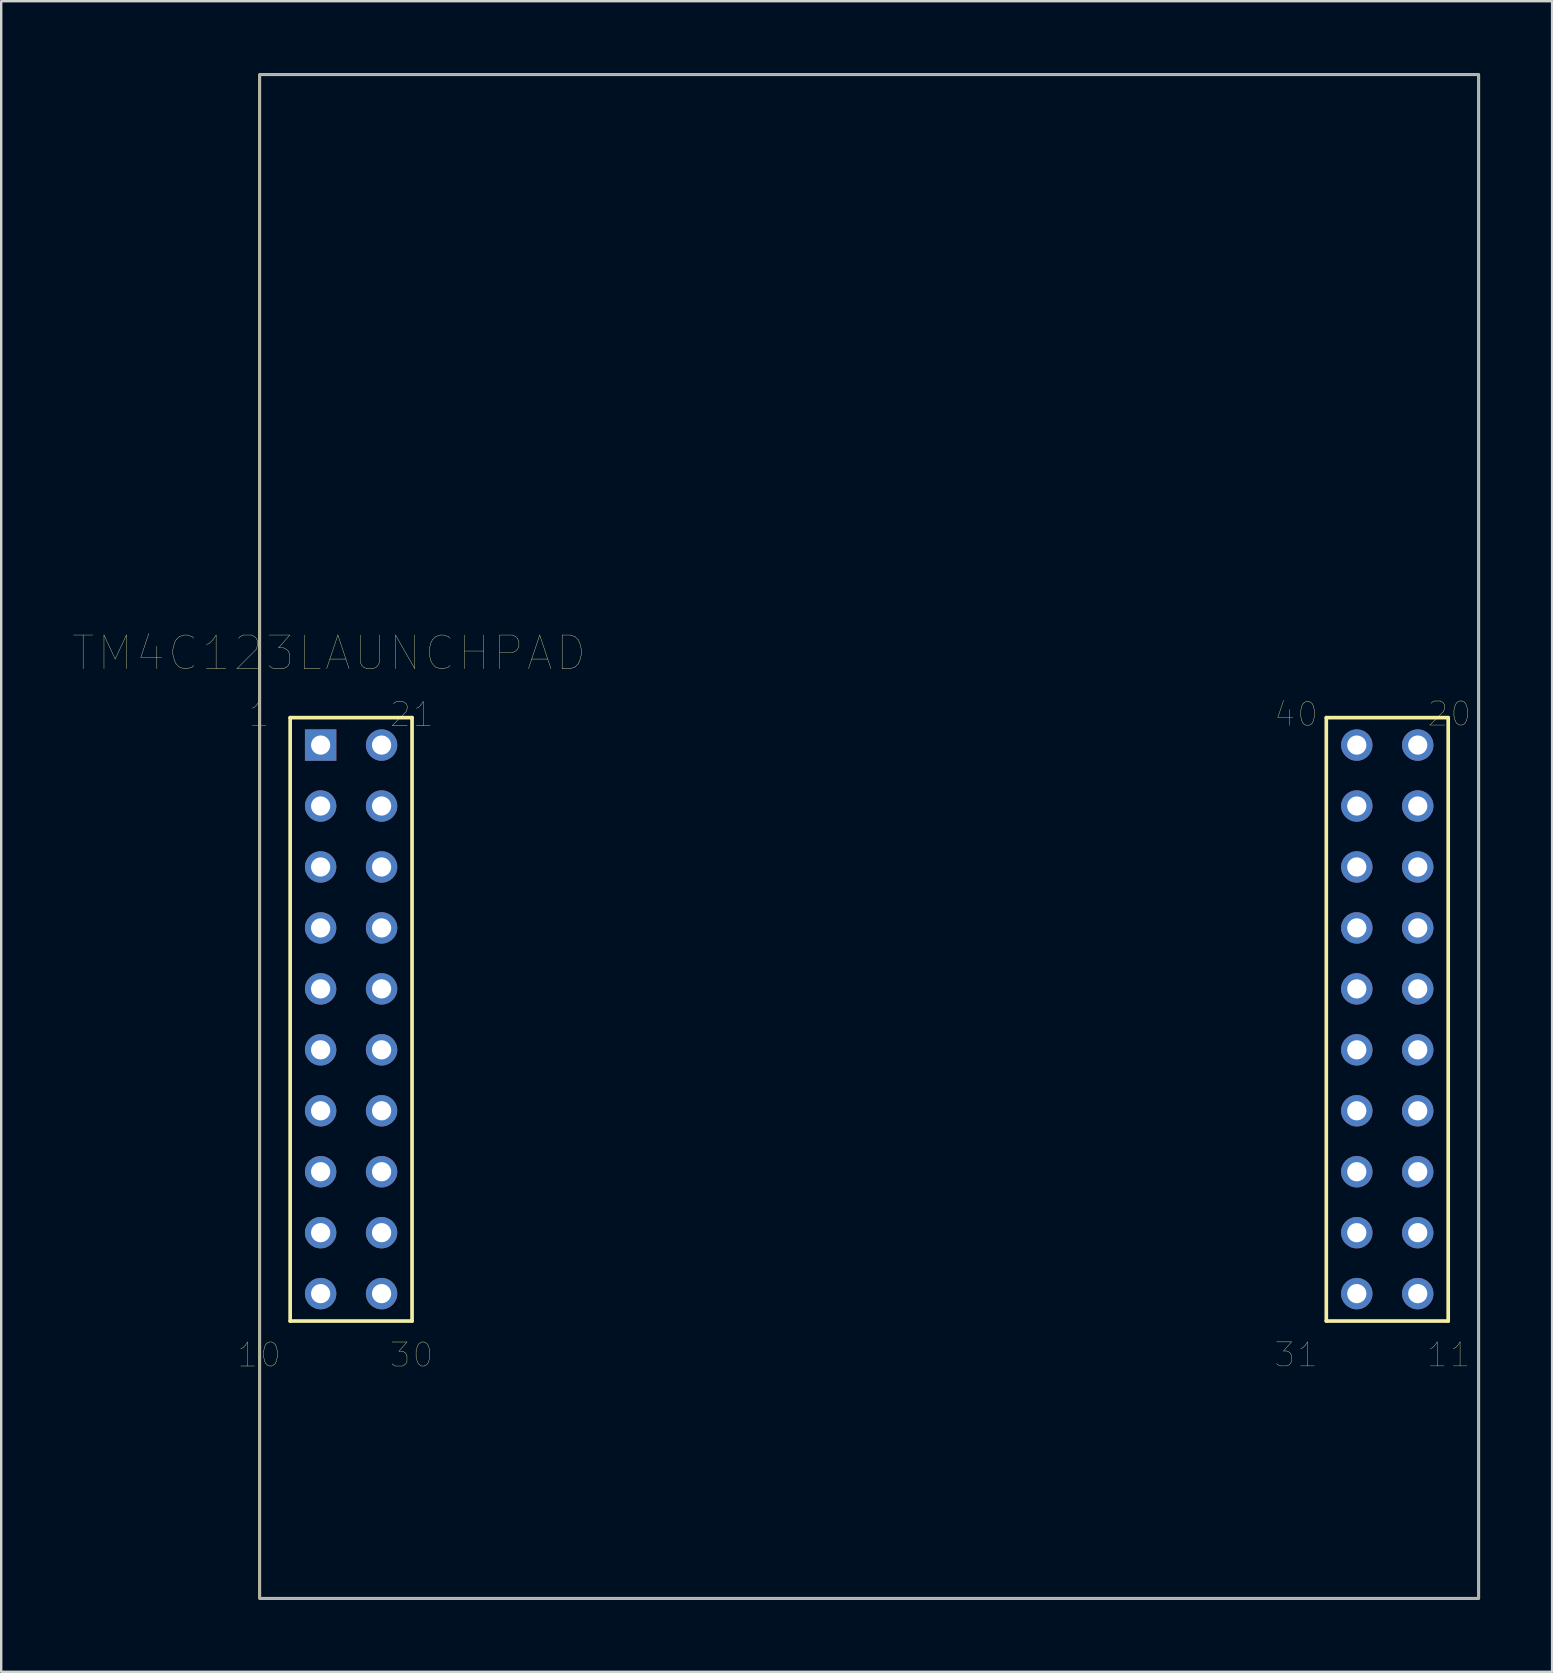
<source format=kicad_pcb>
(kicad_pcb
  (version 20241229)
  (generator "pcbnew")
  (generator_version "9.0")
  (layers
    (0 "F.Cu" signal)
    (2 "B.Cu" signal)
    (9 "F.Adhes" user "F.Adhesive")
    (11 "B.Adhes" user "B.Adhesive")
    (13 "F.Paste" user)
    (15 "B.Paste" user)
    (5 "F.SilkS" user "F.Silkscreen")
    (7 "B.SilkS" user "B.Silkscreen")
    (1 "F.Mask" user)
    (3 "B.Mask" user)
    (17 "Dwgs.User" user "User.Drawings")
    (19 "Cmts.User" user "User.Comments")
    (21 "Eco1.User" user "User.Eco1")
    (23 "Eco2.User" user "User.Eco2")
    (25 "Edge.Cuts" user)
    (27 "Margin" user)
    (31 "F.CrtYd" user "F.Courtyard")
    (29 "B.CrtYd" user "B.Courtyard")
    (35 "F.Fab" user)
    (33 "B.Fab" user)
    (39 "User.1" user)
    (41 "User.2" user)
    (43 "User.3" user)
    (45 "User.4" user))
  (footprint "TM4C123LAUNCHPAD"
    (layer "F.Cu")
    (at 33.172 40.7)
    (property "Reference" "TM4C123LAUNCHPAD" (at -22.509 -16.532 0) (layer "F.SilkS") (effects (font (size 1.402 1.402) (thickness 0.015))))
    (attr through_hole)
    (fp_line (start -24.13 -13.843) (end -19.05 -13.843) (stroke (width 0.152) (type solid)) (layer "F.SilkS"))
    (fp_line (start -24.13 11.303) (end -24.13 -13.843) (stroke (width 0.152) (type solid)) (layer "F.SilkS"))
    (fp_line (start -24.13 11.303) (end -19.05 11.303) (stroke (width 0.152) (type solid)) (layer "F.SilkS"))
    (fp_line (start -19.05 11.303) (end -19.05 -13.843) (stroke (width 0.152) (type solid)) (layer "F.SilkS"))
    (fp_line (start 19.05 -13.843) (end 24.13 -13.843) (stroke (width 0.152) (type solid)) (layer "F.SilkS"))
    (fp_line (start 19.05 11.303) (end 19.05 -13.843) (stroke (width 0.152) (type solid)) (layer "F.SilkS"))
    (fp_line (start 19.05 11.303) (end 24.13 11.303) (stroke (width 0.152) (type solid)) (layer "F.SilkS"))
    (fp_line (start 24.13 11.303) (end 24.13 -13.843) (stroke (width 0.152) (type solid)) (layer "F.SilkS"))
    (fp_rect (start -25.4 -40.64) (end 25.4 22.86) (stroke (width 0.12) (type solid)) (fill no) (layer "F.SilkS"))
    (fp_rect (start -25.4 -40.64) (end 25.4 22.86) (stroke (width 0.1) (type solid)) (fill no) (layer "F.Fab"))
    (fp_text user "20" (at 24.178 -13.998 0) (layer "F.SilkS") (effects (font (size 1.002 1.002) (thickness 0.015))))
    (fp_text user "40" (at 17.794 -13.981 0) (layer "F.SilkS") (effects (font (size 1.001 1.001) (thickness 0.015))))
    (fp_text user "10" (at -25.427 12.714 0) (layer "F.SilkS") (effects (font (size 1.001 1.001) (thickness 0.015))))
    (fp_text user "21" (at -19.062 -13.979 0) (layer "F.SilkS") (effects (font (size 1.001 1.001) (thickness 0.015))))
    (fp_text user "30" (at -19.072 12.715 0) (layer "F.SilkS") (effects (font (size 1.001 1.001) (thickness 0.015))))
    (fp_text user "31" (at 17.792 12.709 0) (layer "F.SilkS") (effects (font (size 1.001 1.001) (thickness 0.015))))
    (fp_text user "1" (at -25.423 -13.983 0) (layer "F.SilkS") (effects (font (size 1.001 1.001) (thickness 0.015))))
    (fp_text user "11" (at 24.148 12.709 0) (layer "F.SilkS") (effects (font (size 1.001 1.001) (thickness 0.015))))
    (pad "1" thru_hole rect (at -22.86 -12.7) (size 1.308 1.308) (drill 0.8) (layers "*.Cu" "*.Mask"))
    (pad "2" thru_hole circle (at -22.86 -10.16) (size 1.308 1.308) (drill 0.8) (layers "*.Cu" "*.Mask"))
    (pad "3" thru_hole circle (at -22.86 -7.62) (size 1.308 1.308) (drill 0.8) (layers "*.Cu" "*.Mask"))
    (pad "4" thru_hole circle (at -22.86 -5.08) (size 1.308 1.308) (drill 0.8) (layers "*.Cu" "*.Mask"))
    (pad "5" thru_hole circle (at -22.86 -2.54) (size 1.308 1.308) (drill 0.8) (layers "*.Cu" "*.Mask"))
    (pad "6" thru_hole circle (at -22.86 0) (size 1.308 1.308) (drill 0.8) (layers "*.Cu" "*.Mask"))
    (pad "7" thru_hole circle (at -22.86 2.54) (size 1.308 1.308) (drill 0.8) (layers "*.Cu" "*.Mask"))
    (pad "8" thru_hole circle (at -22.86 5.08) (size 1.308 1.308) (drill 0.8) (layers "*.Cu" "*.Mask"))
    (pad "9" thru_hole circle (at -22.86 7.62) (size 1.308 1.308) (drill 0.8) (layers "*.Cu" "*.Mask"))
    (pad "10" thru_hole circle (at -22.86 10.16) (size 1.308 1.308) (drill 0.8) (layers "*.Cu" "*.Mask"))
    (pad "11" thru_hole circle (at 22.86 10.16) (size 1.308 1.308) (drill 0.8) (layers "*.Cu" "*.Mask"))
    (pad "12" thru_hole circle (at 22.86 7.62) (size 1.308 1.308) (drill 0.8) (layers "*.Cu" "*.Mask"))
    (pad "13" thru_hole circle (at 22.86 5.08) (size 1.308 1.308) (drill 0.8) (layers "*.Cu" "*.Mask"))
    (pad "14" thru_hole circle (at 22.86 2.54) (size 1.308 1.308) (drill 0.8) (layers "*.Cu" "*.Mask"))
    (pad "15" thru_hole circle (at 22.86 0) (size 1.308 1.308) (drill 0.8) (layers "*.Cu" "*.Mask"))
    (pad "16" thru_hole circle (at 22.86 -2.54) (size 1.308 1.308) (drill 0.8) (layers "*.Cu" "*.Mask"))
    (pad "17" thru_hole circle (at 22.86 -5.08) (size 1.308 1.308) (drill 0.8) (layers "*.Cu" "*.Mask"))
    (pad "18" thru_hole circle (at 22.86 -7.62) (size 1.308 1.308) (drill 0.8) (layers "*.Cu" "*.Mask"))
    (pad "19" thru_hole circle (at 22.86 -10.16) (size 1.308 1.308) (drill 0.8) (layers "*.Cu" "*.Mask"))
    (pad "20" thru_hole circle (at 22.86 -12.7) (size 1.308 1.308) (drill 0.8) (layers "*.Cu" "*.Mask"))
    (pad "21" thru_hole circle (at -20.32 -12.7) (size 1.308 1.308) (drill 0.8) (layers "*.Cu" "*.Mask"))
    (pad "22" thru_hole circle (at -20.32 -10.16) (size 1.308 1.308) (drill 0.8) (layers "*.Cu" "*.Mask"))
    (pad "23" thru_hole circle (at -20.32 -7.62) (size 1.308 1.308) (drill 0.8) (layers "*.Cu" "*.Mask"))
    (pad "24" thru_hole circle (at -20.32 -5.08) (size 1.308 1.308) (drill 0.8) (layers "*.Cu" "*.Mask"))
    (pad "25" thru_hole circle (at -20.32 -2.54) (size 1.308 1.308) (drill 0.8) (layers "*.Cu" "*.Mask"))
    (pad "26" thru_hole circle (at -20.32 0) (size 1.308 1.308) (drill 0.8) (layers "*.Cu" "*.Mask"))
    (pad "27" thru_hole circle (at -20.32 2.54) (size 1.308 1.308) (drill 0.8) (layers "*.Cu" "*.Mask"))
    (pad "28" thru_hole circle (at -20.32 5.08) (size 1.308 1.308) (drill 0.8) (layers "*.Cu" "*.Mask"))
    (pad "29" thru_hole circle (at -20.32 7.62) (size 1.308 1.308) (drill 0.8) (layers "*.Cu" "*.Mask"))
    (pad "30" thru_hole circle (at -20.32 10.16) (size 1.308 1.308) (drill 0.8) (layers "*.Cu" "*.Mask"))
    (pad "31" thru_hole circle (at 20.32 10.16) (size 1.308 1.308) (drill 0.8) (layers "*.Cu" "*.Mask"))
    (pad "32" thru_hole circle (at 20.32 7.62) (size 1.308 1.308) (drill 0.8) (layers "*.Cu" "*.Mask"))
    (pad "33" thru_hole circle (at 20.32 5.08) (size 1.308 1.308) (drill 0.8) (layers "*.Cu" "*.Mask"))
    (pad "34" thru_hole circle (at 20.32 2.54) (size 1.308 1.308) (drill 0.8) (layers "*.Cu" "*.Mask"))
    (pad "35" thru_hole circle (at 20.32 0) (size 1.308 1.308) (drill 0.8) (layers "*.Cu" "*.Mask"))
    (pad "36" thru_hole circle (at 20.32 -2.54) (size 1.308 1.308) (drill 0.8) (layers "*.Cu" "*.Mask"))
    (pad "37" thru_hole circle (at 20.32 -5.08) (size 1.308 1.308) (drill 0.8) (layers "*.Cu" "*.Mask"))
    (pad "38" thru_hole circle (at 20.32 -7.62) (size 1.308 1.308) (drill 0.8) (layers "*.Cu" "*.Mask"))
    (pad "39" thru_hole circle (at 20.32 -10.16) (size 1.308 1.308) (drill 0.8) (layers "*.Cu" "*.Mask"))
    (pad "40" thru_hole circle (at 20.32 -12.7) (size 1.308 1.308) (drill 0.8) (layers "*.Cu" "*.Mask")))
  (gr_rect
    (start -3 -3)
    (end 61.632 66.62)
    (stroke (width 0.1) (type default))
    (fill no)
    (layer "Edge.Cuts")))
</source>
